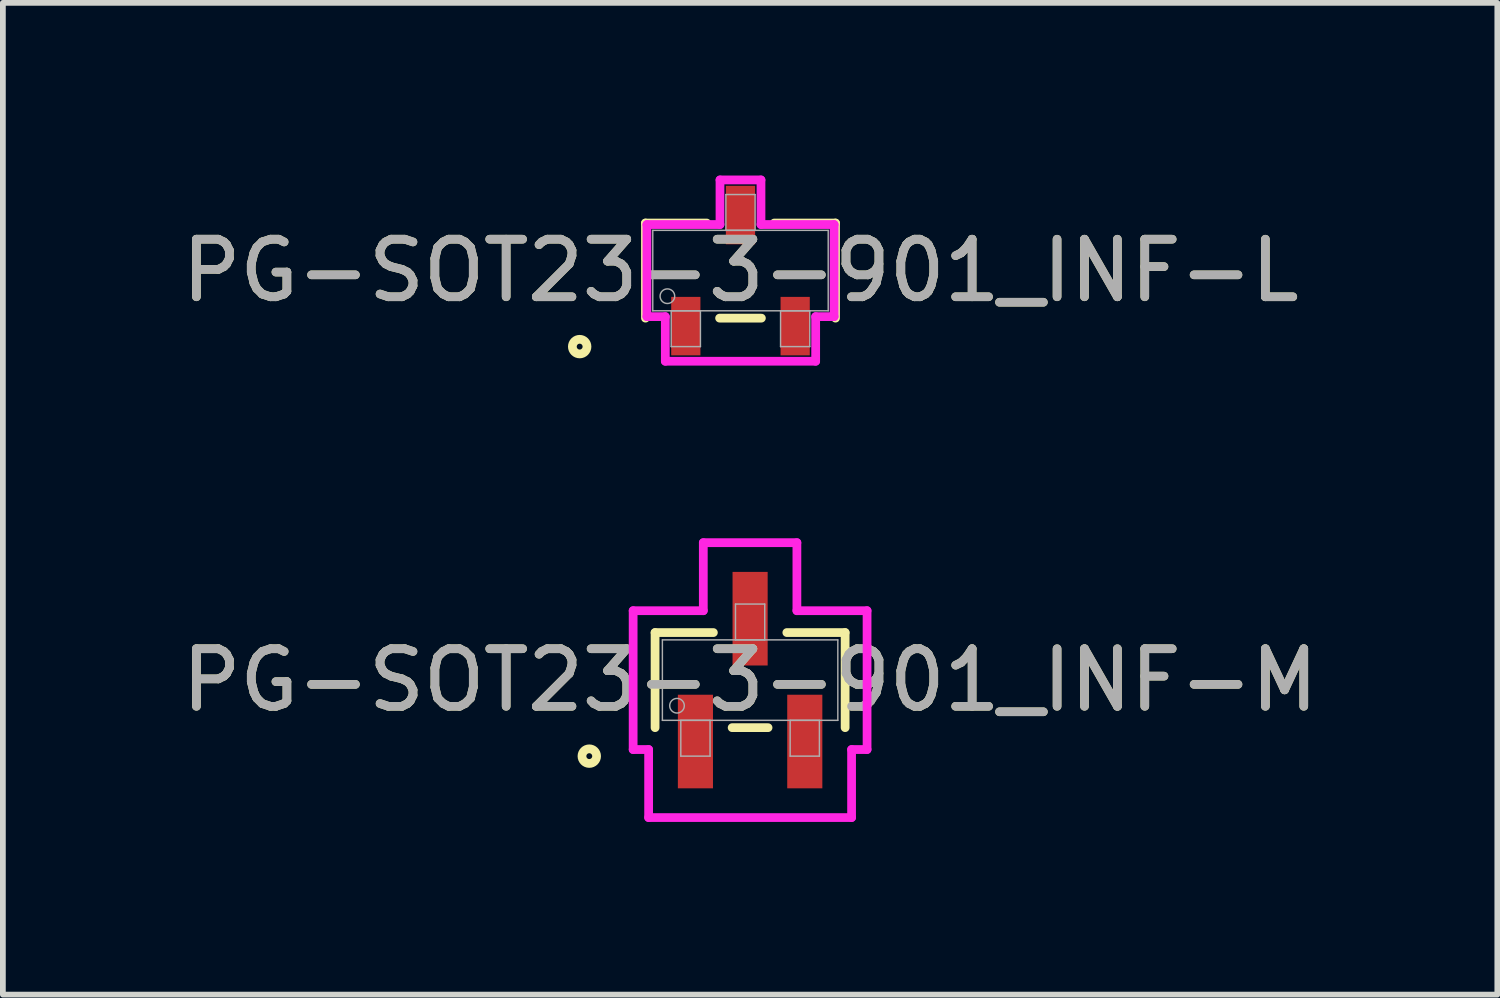
<source format=kicad_pcb>
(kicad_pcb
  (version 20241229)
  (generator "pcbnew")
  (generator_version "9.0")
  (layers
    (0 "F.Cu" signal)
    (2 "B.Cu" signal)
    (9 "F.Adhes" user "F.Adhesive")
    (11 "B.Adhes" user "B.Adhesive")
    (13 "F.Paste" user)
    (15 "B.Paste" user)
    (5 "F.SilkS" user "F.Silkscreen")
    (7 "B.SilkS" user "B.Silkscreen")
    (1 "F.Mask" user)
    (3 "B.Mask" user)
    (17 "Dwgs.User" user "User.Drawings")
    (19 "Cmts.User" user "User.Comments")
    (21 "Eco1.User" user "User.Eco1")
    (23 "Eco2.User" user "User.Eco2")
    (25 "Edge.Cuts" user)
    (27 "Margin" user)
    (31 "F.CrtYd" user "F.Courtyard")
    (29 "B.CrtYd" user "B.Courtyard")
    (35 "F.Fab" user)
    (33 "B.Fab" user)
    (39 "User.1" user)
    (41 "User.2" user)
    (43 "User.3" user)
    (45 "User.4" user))
  (footprint "PG-SOT23-3-901_INF-M"
    (layer "F.Cu")
    (at 9.982 8.766)
    (property "Reference" "PG-SOT23-3-901_INF-M" (at 0 0 0) (unlocked yes) (layer "F.SilkS") (effects (font (size 1 1) (thickness 0.15))))
    (attr smd)
    (fp_line (start -1.651 -0.826) (end -1.651 0.826) (stroke (width 0.152) (type solid)) (layer "F.SilkS"))
    (fp_line (start -0.638 -0.826) (end -1.651 -0.826) (stroke (width 0.152) (type solid)) (layer "F.SilkS"))
    (fp_line (start -0.312 0.826) (end 0.312 0.826) (stroke (width 0.152) (type solid)) (layer "F.SilkS"))
    (fp_line (start 1.651 -0.826) (end 0.638 -0.826) (stroke (width 0.152) (type solid)) (layer "F.SilkS"))
    (fp_line (start 1.651 0.826) (end 1.651 -0.826) (stroke (width 0.152) (type solid)) (layer "F.SilkS"))
    (fp_circle (center -2.794 1.321) (end -2.667 1.321) (stroke (width 0.152) (type solid)) (fill no) (layer "F.SilkS"))
    (fp_line (start -2.032 -1.206) (end -0.813 -1.206) (stroke (width 0.152) (type solid)) (layer "F.CrtYd"))
    (fp_line (start -2.032 1.206) (end -2.032 -1.206) (stroke (width 0.152) (type solid)) (layer "F.CrtYd"))
    (fp_line (start -2.032 1.206) (end -1.763 1.206) (stroke (width 0.152) (type solid)) (layer "F.CrtYd"))
    (fp_line (start -1.763 1.206) (end -1.763 2.388) (stroke (width 0.152) (type solid)) (layer "F.CrtYd"))
    (fp_line (start -1.763 2.388) (end 1.763 2.388) (stroke (width 0.152) (type solid)) (layer "F.CrtYd"))
    (fp_line (start -0.813 -2.388) (end 0.813 -2.388) (stroke (width 0.152) (type solid)) (layer "F.CrtYd"))
    (fp_line (start -0.813 -1.206) (end -0.813 -2.388) (stroke (width 0.152) (type solid)) (layer "F.CrtYd"))
    (fp_line (start 0.813 -1.206) (end 0.813 -2.388) (stroke (width 0.152) (type solid)) (layer "F.CrtYd"))
    (fp_line (start 1.763 1.206) (end 1.763 2.388) (stroke (width 0.152) (type solid)) (layer "F.CrtYd"))
    (fp_line (start 2.032 -1.206) (end 0.813 -1.206) (stroke (width 0.152) (type solid)) (layer "F.CrtYd"))
    (fp_line (start 2.032 -1.206) (end 2.032 1.206) (stroke (width 0.152) (type solid)) (layer "F.CrtYd"))
    (fp_line (start 2.032 1.206) (end 1.763 1.206) (stroke (width 0.152) (type solid)) (layer "F.CrtYd"))
    (fp_line (start -1.524 -0.699) (end -1.524 0.699) (stroke (width 0.025) (type solid)) (layer "F.Fab"))
    (fp_line (start -1.524 0.699) (end 1.524 0.699) (stroke (width 0.025) (type solid)) (layer "F.Fab"))
    (fp_line (start -1.204 0.699) (end -1.204 1.321) (stroke (width 0.025) (type solid)) (layer "F.Fab"))
    (fp_line (start -1.204 1.321) (end -0.696 1.321) (stroke (width 0.025) (type solid)) (layer "F.Fab"))
    (fp_line (start -0.696 0.699) (end -1.204 0.699) (stroke (width 0.025) (type solid)) (layer "F.Fab"))
    (fp_line (start -0.696 1.321) (end -0.696 0.699) (stroke (width 0.025) (type solid)) (layer "F.Fab"))
    (fp_line (start -0.254 -1.321) (end -0.254 -0.699) (stroke (width 0.025) (type solid)) (layer "F.Fab"))
    (fp_line (start -0.254 -0.699) (end 0.254 -0.699) (stroke (width 0.025) (type solid)) (layer "F.Fab"))
    (fp_line (start 0.254 -1.321) (end -0.254 -1.321) (stroke (width 0.025) (type solid)) (layer "F.Fab"))
    (fp_line (start 0.254 -0.699) (end 0.254 -1.321) (stroke (width 0.025) (type solid)) (layer "F.Fab"))
    (fp_line (start 0.696 0.699) (end 0.696 1.321) (stroke (width 0.025) (type solid)) (layer "F.Fab"))
    (fp_line (start 0.696 1.321) (end 1.204 1.321) (stroke (width 0.025) (type solid)) (layer "F.Fab"))
    (fp_line (start 1.204 0.699) (end 0.696 0.699) (stroke (width 0.025) (type solid)) (layer "F.Fab"))
    (fp_line (start 1.204 1.321) (end 1.204 0.699) (stroke (width 0.025) (type solid)) (layer "F.Fab"))
    (fp_line (start 1.524 -0.699) (end -1.524 -0.699) (stroke (width 0.025) (type solid)) (layer "F.Fab"))
    (fp_line (start 1.524 0.699) (end 1.524 -0.699) (stroke (width 0.025) (type solid)) (layer "F.Fab"))
    (fp_circle (center -1.27 0.445) (end -1.143 0.445) (stroke (width 0.025) (type solid)) (fill no) (layer "F.Fab"))
    (fp_text user "${REFERENCE}" (at 0 0 0) (unlocked yes) (layer "F.Fab") (effects (font (size 1 1) (thickness 0.15))))
    (pad "1" smd rect (at -0.95 1.067) (size 0.61 1.626) (layers "F.Cu" "F.Mask" "F.Paste"))
    (pad "2" smd rect (at 0.95 1.067) (size 0.61 1.626) (layers "F.Cu" "F.Mask" "F.Paste"))
    (pad "3" smd rect (at 0 -1.067) (size 0.61 1.626) (layers "F.Cu" "F.Mask" "F.Paste")))
  (footprint "PG-SOT23-3-901_INF-L"
    (layer "F.Cu")
    (at 9.815 1.651)
    (property "Reference" "PG-SOT23-3-901_INF-L" (at 0 0 0) (unlocked yes) (layer "F.SilkS") (effects (font (size 1 1) (thickness 0.15))))
    (attr smd)
    (fp_line (start -1.651 -0.826) (end -1.651 0.826) (stroke (width 0.152) (type solid)) (layer "F.SilkS"))
    (fp_line (start -0.587 -0.826) (end -1.651 -0.826) (stroke (width 0.152) (type solid)) (layer "F.SilkS"))
    (fp_line (start -0.363 0.826) (end 0.363 0.826) (stroke (width 0.152) (type solid)) (layer "F.SilkS"))
    (fp_line (start 1.651 -0.826) (end 0.587 -0.826) (stroke (width 0.152) (type solid)) (layer "F.SilkS"))
    (fp_line (start 1.651 0.826) (end 1.651 -0.826) (stroke (width 0.152) (type solid)) (layer "F.SilkS"))
    (fp_circle (center -2.794 1.321) (end -2.667 1.321) (stroke (width 0.152) (type solid)) (fill no) (layer "F.SilkS"))
    (fp_line (start -1.626 -0.8) (end -0.356 -0.8) (stroke (width 0.152) (type solid)) (layer "F.CrtYd"))
    (fp_line (start -1.626 0.8) (end -1.626 -0.8) (stroke (width 0.152) (type solid)) (layer "F.CrtYd"))
    (fp_line (start -1.626 0.8) (end -1.306 0.8) (stroke (width 0.152) (type solid)) (layer "F.CrtYd"))
    (fp_line (start -1.306 0.8) (end -1.306 1.575) (stroke (width 0.152) (type solid)) (layer "F.CrtYd"))
    (fp_line (start -1.306 1.575) (end 1.306 1.575) (stroke (width 0.152) (type solid)) (layer "F.CrtYd"))
    (fp_line (start -0.356 -1.575) (end 0.356 -1.575) (stroke (width 0.152) (type solid)) (layer "F.CrtYd"))
    (fp_line (start -0.356 -0.8) (end -0.356 -1.575) (stroke (width 0.152) (type solid)) (layer "F.CrtYd"))
    (fp_line (start 0.356 -0.8) (end 0.356 -1.575) (stroke (width 0.152) (type solid)) (layer "F.CrtYd"))
    (fp_line (start 1.306 0.8) (end 1.306 1.575) (stroke (width 0.152) (type solid)) (layer "F.CrtYd"))
    (fp_line (start 1.626 -0.8) (end 0.356 -0.8) (stroke (width 0.152) (type solid)) (layer "F.CrtYd"))
    (fp_line (start 1.626 -0.8) (end 1.626 0.8) (stroke (width 0.152) (type solid)) (layer "F.CrtYd"))
    (fp_line (start 1.626 0.8) (end 1.306 0.8) (stroke (width 0.152) (type solid)) (layer "F.CrtYd"))
    (fp_line (start -1.524 -0.699) (end -1.524 0.699) (stroke (width 0.025) (type solid)) (layer "F.Fab"))
    (fp_line (start -1.524 0.699) (end 1.524 0.699) (stroke (width 0.025) (type solid)) (layer "F.Fab"))
    (fp_line (start -1.204 0.699) (end -1.204 1.321) (stroke (width 0.025) (type solid)) (layer "F.Fab"))
    (fp_line (start -1.204 1.321) (end -0.696 1.321) (stroke (width 0.025) (type solid)) (layer "F.Fab"))
    (fp_line (start -0.696 0.699) (end -1.204 0.699) (stroke (width 0.025) (type solid)) (layer "F.Fab"))
    (fp_line (start -0.696 1.321) (end -0.696 0.699) (stroke (width 0.025) (type solid)) (layer "F.Fab"))
    (fp_line (start -0.254 -1.321) (end -0.254 -0.699) (stroke (width 0.025) (type solid)) (layer "F.Fab"))
    (fp_line (start -0.254 -0.699) (end 0.254 -0.699) (stroke (width 0.025) (type solid)) (layer "F.Fab"))
    (fp_line (start 0.254 -1.321) (end -0.254 -1.321) (stroke (width 0.025) (type solid)) (layer "F.Fab"))
    (fp_line (start 0.254 -0.699) (end 0.254 -1.321) (stroke (width 0.025) (type solid)) (layer "F.Fab"))
    (fp_line (start 0.696 0.699) (end 0.696 1.321) (stroke (width 0.025) (type solid)) (layer "F.Fab"))
    (fp_line (start 0.696 1.321) (end 1.204 1.321) (stroke (width 0.025) (type solid)) (layer "F.Fab"))
    (fp_line (start 1.204 0.699) (end 0.696 0.699) (stroke (width 0.025) (type solid)) (layer "F.Fab"))
    (fp_line (start 1.204 1.321) (end 1.204 0.699) (stroke (width 0.025) (type solid)) (layer "F.Fab"))
    (fp_line (start 1.524 -0.699) (end -1.524 -0.699) (stroke (width 0.025) (type solid)) (layer "F.Fab"))
    (fp_line (start 1.524 0.699) (end 1.524 -0.699) (stroke (width 0.025) (type solid)) (layer "F.Fab"))
    (fp_circle (center -1.27 0.445) (end -1.143 0.445) (stroke (width 0.025) (type solid)) (fill no) (layer "F.Fab"))
    (fp_text user "${REFERENCE}" (at 0 0 0) (unlocked yes) (layer "F.Fab") (effects (font (size 1 1) (thickness 0.15))))
    (pad "1" smd rect (at -0.95 0.965) (size 0.508 1.016) (layers "F.Cu" "F.Mask" "F.Paste"))
    (pad "2" smd rect (at 0.95 0.965) (size 0.508 1.016) (layers "F.Cu" "F.Mask" "F.Paste"))
    (pad "3" smd rect (at 0 -0.965) (size 0.508 1.016) (layers "F.Cu" "F.Mask" "F.Paste")))
  (gr_rect
    (start -3 -3)
    (end 22.964 14.23)
    (stroke (width 0.1) (type default))
    (fill no)
    (layer "Edge.Cuts")))
</source>
